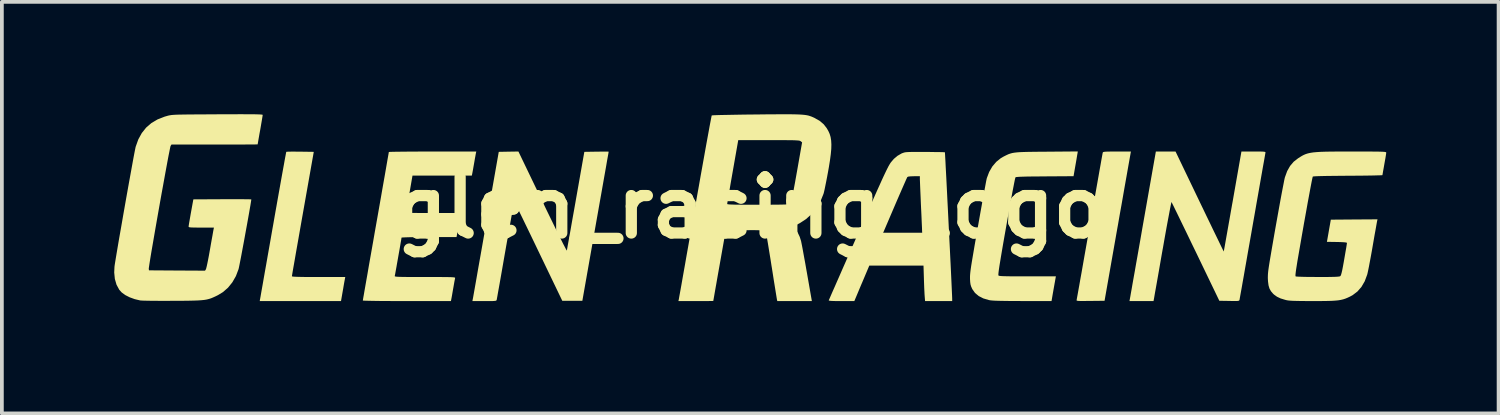
<source format=kicad_pcb>
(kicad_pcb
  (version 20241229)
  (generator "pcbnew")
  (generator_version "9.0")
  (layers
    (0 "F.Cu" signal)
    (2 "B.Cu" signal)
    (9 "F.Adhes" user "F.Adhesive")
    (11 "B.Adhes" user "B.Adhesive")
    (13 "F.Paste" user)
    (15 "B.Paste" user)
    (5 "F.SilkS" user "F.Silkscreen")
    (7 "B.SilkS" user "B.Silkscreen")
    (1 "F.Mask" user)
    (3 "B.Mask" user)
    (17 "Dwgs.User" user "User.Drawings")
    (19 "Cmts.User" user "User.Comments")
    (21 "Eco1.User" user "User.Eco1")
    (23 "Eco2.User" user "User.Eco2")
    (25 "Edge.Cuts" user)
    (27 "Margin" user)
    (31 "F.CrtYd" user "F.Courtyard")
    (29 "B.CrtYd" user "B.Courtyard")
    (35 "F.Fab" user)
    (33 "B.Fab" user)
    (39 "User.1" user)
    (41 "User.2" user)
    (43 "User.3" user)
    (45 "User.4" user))
  (footprint "glen_racing_logo"
    (layer "F.Cu")
    (at 16.987 2.494)
    (property "Reference" "glen_racing_logo" (at 0 0 0) (layer "F.SilkS") (effects (font (size 1.5 1.5) (thickness 0.3))))
    (attr board_only exclude_from_pos_files exclude_from_bom)
    (fp_poly (pts (xy 10.151 -1.434) (xy 10.147 -1.409) (xy 10.137 -1.354) (xy 10.122 -1.269) (xy 10.102 -1.157) (xy 10.078 -1.021) (xy 10.05 -0.862) (xy 10.018 -0.682) (xy 9.983 -0.485) (xy 9.946 -0.272) (xy 9.906 -0.044) (xy 9.863 0.194) (xy 9.82 0.443) (xy 9.799 0.558) (xy 9.459 2.488) (xy 9.082 2.492) (xy 8.959 2.493) (xy 8.867 2.494) (xy 8.8 2.493) (xy 8.755 2.491) (xy 8.728 2.487) (xy 8.715 2.482) (xy 8.712 2.474) (xy 8.713 2.467) (xy 8.717 2.446) (xy 8.726 2.395) (xy 8.741 2.314) (xy 8.76 2.207) (xy 8.784 2.074) (xy 8.811 1.919) (xy 8.843 1.743) (xy 8.877 1.549) (xy 8.914 1.338) (xy 8.954 1.112) (xy 8.996 0.875) (xy 9.039 0.627) (xy 9.062 0.499) (xy 9.106 0.247) (xy 9.149 0.005) (xy 9.189 -0.227) (xy 9.228 -0.445) (xy 9.264 -0.648) (xy 9.297 -0.834) (xy 9.326 -1) (xy 9.352 -1.144) (xy 9.373 -1.265) (xy 9.39 -1.359) (xy 9.402 -1.426) (xy 9.409 -1.462) (xy 9.411 -1.468) (xy 9.416 -1.478) (xy 9.428 -1.485) (xy 9.452 -1.49) (xy 9.491 -1.494) (xy 9.549 -1.496) (xy 9.632 -1.497) (xy 9.742 -1.498) (xy 9.791 -1.498) (xy 10.163 -1.498)) (stroke (width 0) (type solid)) (fill yes) (layer "F.SilkS"))
    (fp_poly (pts (xy -12.061 -1.494) (xy -12.021 -1.494) (xy -11.658 -1.489) (xy -11.95 0.161) (xy -11.991 0.393) (xy -12.03 0.615) (xy -12.067 0.826) (xy -12.102 1.024) (xy -12.134 1.205) (xy -12.162 1.367) (xy -12.187 1.51) (xy -12.208 1.629) (xy -12.224 1.722) (xy -12.235 1.789) (xy -12.241 1.825) (xy -12.242 1.832) (xy -12.236 1.837) (xy -12.214 1.842) (xy -12.174 1.845) (xy -12.114 1.848) (xy -12.032 1.85) (xy -11.924 1.852) (xy -11.788 1.853) (xy -11.623 1.853) (xy -11.53 1.853) (xy -10.817 1.853) (xy -10.826 1.899) (xy -10.832 1.932) (xy -10.843 1.99) (xy -10.857 2.069) (xy -10.872 2.16) (xy -10.883 2.221) (xy -10.931 2.496) (xy -12.016 2.496) (xy -13.101 2.496) (xy -13.095 2.458) (xy -13.091 2.437) (xy -13.081 2.384) (xy -13.067 2.302) (xy -13.048 2.194) (xy -13.024 2.06) (xy -12.997 1.904) (xy -12.966 1.727) (xy -12.931 1.532) (xy -12.894 1.32) (xy -12.854 1.094) (xy -12.812 0.856) (xy -12.769 0.608) (xy -12.744 0.47) (xy -12.7 0.217) (xy -12.657 -0.025) (xy -12.616 -0.257) (xy -12.577 -0.475) (xy -12.541 -0.677) (xy -12.508 -0.862) (xy -12.478 -1.027) (xy -12.452 -1.17) (xy -12.431 -1.289) (xy -12.413 -1.383) (xy -12.401 -1.448) (xy -12.394 -1.484) (xy -12.392 -1.489) (xy -12.373 -1.492) (xy -12.326 -1.494) (xy -12.255 -1.495) (xy -12.165 -1.495)) (stroke (width 0) (type solid)) (fill yes) (layer "F.SilkS"))
    (fp_poly (pts (xy -5.55 -0.161) (xy -5.452 0.044) (xy -5.358 0.237) (xy -5.27 0.417) (xy -5.19 0.582) (xy -5.117 0.73) (xy -5.053 0.858) (xy -4.999 0.966) (xy -4.955 1.05) (xy -4.924 1.109) (xy -4.905 1.142) (xy -4.9 1.147) (xy -4.896 1.126) (xy -4.887 1.074) (xy -4.873 0.994) (xy -4.854 0.889) (xy -4.831 0.76) (xy -4.804 0.612) (xy -4.775 0.445) (xy -4.743 0.264) (xy -4.708 0.07) (xy -4.672 -0.134) (xy -4.663 -0.186) (xy -4.433 -1.489) (xy -4.107 -1.494) (xy -4.007 -1.495) (xy -3.919 -1.496) (xy -3.849 -1.496) (xy -3.802 -1.495) (xy -3.783 -1.494) (xy -3.783 -1.494) (xy -3.786 -1.477) (xy -3.794 -1.429) (xy -3.808 -1.351) (xy -3.827 -1.247) (xy -3.849 -1.117) (xy -3.876 -0.964) (xy -3.907 -0.79) (xy -3.941 -0.597) (xy -3.978 -0.387) (xy -4.018 -0.163) (xy -4.06 0.075) (xy -4.104 0.323) (xy -4.135 0.499) (xy -4.486 2.488) (xy -4.754 2.488) (xy -5.022 2.488) (xy -5.659 1.164) (xy -5.754 0.966) (xy -5.845 0.777) (xy -5.931 0.599) (xy -6.011 0.434) (xy -6.083 0.285) (xy -6.147 0.154) (xy -6.202 0.042) (xy -6.246 -0.047) (xy -6.278 -0.112) (xy -6.298 -0.15) (xy -6.303 -0.16) (xy -6.308 -0.144) (xy -6.317 -0.097) (xy -6.332 -0.022) (xy -6.35 0.079) (xy -6.373 0.203) (xy -6.399 0.348) (xy -6.428 0.511) (xy -6.46 0.69) (xy -6.494 0.881) (xy -6.53 1.084) (xy -6.538 1.13) (xy -6.574 1.335) (xy -6.608 1.531) (xy -6.64 1.715) (xy -6.67 1.886) (xy -6.697 2.039) (xy -6.721 2.172) (xy -6.741 2.283) (xy -6.756 2.369) (xy -6.767 2.428) (xy -6.772 2.456) (xy -6.772 2.458) (xy -6.776 2.471) (xy -6.784 2.481) (xy -6.8 2.488) (xy -6.83 2.492) (xy -6.877 2.495) (xy -6.946 2.496) (xy -7.043 2.496) (xy -7.101 2.496) (xy -7.422 2.496) (xy -7.41 2.433) (xy -7.405 2.408) (xy -7.395 2.352) (xy -7.38 2.267) (xy -7.36 2.155) (xy -7.336 2.019) (xy -7.308 1.86) (xy -7.277 1.681) (xy -7.242 1.483) (xy -7.204 1.27) (xy -7.164 1.043) (xy -7.122 0.804) (xy -7.078 0.556) (xy -7.058 0.44) (xy -6.718 -1.489) (xy -6.455 -1.494) (xy -6.193 -1.498)) (stroke (width 0) (type solid)) (fill yes) (layer "F.SilkS"))
    (fp_poly (pts (xy 8.737 -1.452) (xy 8.731 -1.42) (xy 8.721 -1.361) (xy 8.708 -1.282) (xy 8.692 -1.19) (xy 8.68 -1.122) (xy 8.631 -0.839) (xy 7.866 -0.834) (xy 7.671 -0.832) (xy 7.509 -0.831) (xy 7.376 -0.829) (xy 7.27 -0.826) (xy 7.19 -0.823) (xy 7.133 -0.819) (xy 7.098 -0.815) (xy 7.081 -0.809) (xy 7.08 -0.809) (xy 7.074 -0.789) (xy 7.062 -0.739) (xy 7.046 -0.66) (xy 7.026 -0.556) (xy 7.001 -0.429) (xy 6.974 -0.282) (xy 6.943 -0.117) (xy 6.911 0.064) (xy 6.876 0.257) (xy 6.84 0.46) (xy 6.833 0.5) (xy 6.789 0.748) (xy 6.751 0.965) (xy 6.719 1.152) (xy 6.692 1.312) (xy 6.67 1.446) (xy 6.652 1.555) (xy 6.639 1.643) (xy 6.63 1.71) (xy 6.625 1.759) (xy 6.623 1.791) (xy 6.624 1.808) (xy 6.626 1.812) (xy 6.635 1.818) (xy 6.655 1.823) (xy 6.687 1.827) (xy 6.735 1.83) (xy 6.802 1.832) (xy 6.889 1.834) (xy 7.001 1.835) (xy 7.14 1.836) (xy 7.308 1.836) (xy 7.403 1.836) (xy 8.159 1.836) (xy 8.122 2.043) (xy 8.105 2.138) (xy 8.088 2.234) (xy 8.073 2.32) (xy 8.064 2.373) (xy 8.043 2.496) (xy 7.262 2.495) (xy 7.062 2.494) (xy 6.892 2.493) (xy 6.752 2.491) (xy 6.636 2.489) (xy 6.545 2.486) (xy 6.473 2.482) (xy 6.419 2.477) (xy 6.381 2.471) (xy 6.375 2.47) (xy 6.222 2.425) (xy 6.097 2.361) (xy 6 2.279) (xy 5.927 2.176) (xy 5.92 2.161) (xy 5.896 2.106) (xy 5.88 2.053) (xy 5.871 1.989) (xy 5.866 1.904) (xy 5.866 1.871) (xy 5.866 1.836) (xy 5.868 1.797) (xy 5.872 1.751) (xy 5.878 1.696) (xy 5.887 1.628) (xy 5.899 1.546) (xy 5.915 1.447) (xy 5.935 1.328) (xy 5.959 1.187) (xy 5.987 1.021) (xy 6.021 0.828) (xy 6.06 0.605) (xy 6.074 0.525) (xy 6.11 0.323) (xy 6.144 0.13) (xy 6.177 -0.053) (xy 6.207 -0.222) (xy 6.235 -0.374) (xy 6.26 -0.507) (xy 6.281 -0.618) (xy 6.297 -0.704) (xy 6.309 -0.762) (xy 6.315 -0.787) (xy 6.377 -0.951) (xy 6.461 -1.097) (xy 6.566 -1.221) (xy 6.687 -1.319) (xy 6.744 -1.353) (xy 6.8 -1.382) (xy 6.849 -1.406) (xy 6.895 -1.427) (xy 6.942 -1.443) (xy 6.992 -1.457) (xy 7.05 -1.467) (xy 7.118 -1.475) (xy 7.2 -1.481) (xy 7.3 -1.485) (xy 7.42 -1.488) (xy 7.565 -1.49) (xy 7.736 -1.492) (xy 7.917 -1.493) (xy 8.744 -1.5)) (stroke (width 0) (type solid)) (fill yes) (layer "F.SilkS"))
    (fp_poly (pts (xy 13.551 -1.497) (xy 13.634 -1.497) (xy 13.692 -1.495) (xy 13.728 -1.491) (xy 13.748 -1.486) (xy 13.756 -1.478) (xy 13.756 -1.468) (xy 13.756 -1.468) (xy 13.752 -1.448) (xy 13.743 -1.396) (xy 13.729 -1.316) (xy 13.71 -1.208) (xy 13.686 -1.076) (xy 13.659 -0.921) (xy 13.628 -0.745) (xy 13.594 -0.551) (xy 13.557 -0.34) (xy 13.517 -0.115) (xy 13.476 0.122) (xy 13.432 0.37) (xy 13.411 0.491) (xy 13.367 0.742) (xy 13.324 0.985) (xy 13.283 1.216) (xy 13.245 1.435) (xy 13.209 1.638) (xy 13.177 1.823) (xy 13.147 1.99) (xy 13.122 2.134) (xy 13.1 2.255) (xy 13.083 2.349) (xy 13.071 2.416) (xy 13.065 2.452) (xy 13.064 2.458) (xy 13.059 2.473) (xy 13.051 2.483) (xy 13.033 2.49) (xy 13.001 2.493) (xy 12.95 2.494) (xy 12.873 2.494) (xy 12.789 2.492) (xy 12.524 2.488) (xy 11.892 1.176) (xy 11.796 0.979) (xy 11.705 0.79) (xy 11.619 0.612) (xy 11.539 0.448) (xy 11.467 0.299) (xy 11.403 0.167) (xy 11.348 0.055) (xy 11.305 -0.034) (xy 11.272 -0.099) (xy 11.253 -0.138) (xy 11.247 -0.148) (xy 11.242 -0.134) (xy 11.232 -0.089) (xy 11.217 -0.015) (xy 11.198 0.084) (xy 11.175 0.206) (xy 11.148 0.349) (xy 11.118 0.511) (xy 11.086 0.688) (xy 11.052 0.879) (xy 11.017 1.08) (xy 11.009 1.121) (xy 10.973 1.326) (xy 10.939 1.522) (xy 10.907 1.706) (xy 10.877 1.876) (xy 10.85 2.029) (xy 10.826 2.163) (xy 10.806 2.274) (xy 10.791 2.361) (xy 10.781 2.419) (xy 10.776 2.448) (xy 10.775 2.449) (xy 10.767 2.496) (xy 10.445 2.496) (xy 10.124 2.496) (xy 10.133 2.449) (xy 10.137 2.427) (xy 10.147 2.373) (xy 10.161 2.291) (xy 10.181 2.181) (xy 10.204 2.047) (xy 10.232 1.889) (xy 10.264 1.712) (xy 10.298 1.516) (xy 10.336 1.303) (xy 10.376 1.076) (xy 10.418 0.838) (xy 10.461 0.589) (xy 10.485 0.453) (xy 10.829 -1.498) (xy 11.092 -1.497) (xy 11.355 -1.497) (xy 11.996 -0.161) (xy 12.092 0.038) (xy 12.183 0.228) (xy 12.27 0.407) (xy 12.349 0.572) (xy 12.422 0.722) (xy 12.486 0.854) (xy 12.54 0.966) (xy 12.584 1.056) (xy 12.616 1.121) (xy 12.636 1.161) (xy 12.642 1.172) (xy 12.645 1.155) (xy 12.654 1.107) (xy 12.668 1.031) (xy 12.686 0.929) (xy 12.708 0.804) (xy 12.734 0.658) (xy 12.763 0.494) (xy 12.795 0.314) (xy 12.829 0.12) (xy 12.865 -0.084) (xy 12.88 -0.165) (xy 13.114 -1.498) (xy 13.439 -1.498)) (stroke (width 0) (type solid)) (fill yes) (layer "F.SilkS"))
    (fp_poly (pts (xy 4.617 -1.487) (xy 4.668 -1.486) (xy 4.797 -1.486) (xy 4.915 -1.484) (xy 5.018 -1.483) (xy 5.101 -1.482) (xy 5.16 -1.48) (xy 5.191 -1.478) (xy 5.195 -1.478) (xy 5.197 -1.461) (xy 5.2 -1.412) (xy 5.204 -1.335) (xy 5.21 -1.232) (xy 5.216 -1.105) (xy 5.224 -0.958) (xy 5.233 -0.791) (xy 5.242 -0.61) (xy 5.252 -0.415) (xy 5.262 -0.209) (xy 5.273 0.005) (xy 5.284 0.224) (xy 5.295 0.446) (xy 5.306 0.669) (xy 5.317 0.89) (xy 5.328 1.105) (xy 5.338 1.314) (xy 5.348 1.512) (xy 5.357 1.698) (xy 5.365 1.869) (xy 5.372 2.022) (xy 5.378 2.155) (xy 5.383 2.265) (xy 5.387 2.35) (xy 5.389 2.407) (xy 5.39 2.433) (xy 5.39 2.496) (xy 5.028 2.496) (xy 4.666 2.496) (xy 4.656 2.373) (xy 4.652 2.318) (xy 4.648 2.236) (xy 4.643 2.136) (xy 4.639 2.024) (xy 4.635 1.909) (xy 4.635 1.899) (xy 4.624 1.548) (xy 3.9 1.548) (xy 3.177 1.548) (xy 3.05 1.849) (xy 3.004 1.958) (xy 2.956 2.07) (xy 2.911 2.177) (xy 2.873 2.268) (xy 2.85 2.323) (xy 2.777 2.496) (xy 2.432 2.496) (xy 2.311 2.496) (xy 2.22 2.494) (xy 2.157 2.491) (xy 2.117 2.487) (xy 2.097 2.481) (xy 2.094 2.475) (xy 2.102 2.457) (xy 2.123 2.41) (xy 2.155 2.336) (xy 2.198 2.237) (xy 2.252 2.116) (xy 2.314 1.974) (xy 2.385 1.813) (xy 2.462 1.636) (xy 2.547 1.444) (xy 2.636 1.24) (xy 2.731 1.025) (xy 2.784 0.905) (xy 3.447 0.905) (xy 4.021 0.905) (xy 4.594 0.905) (xy 4.594 0.825) (xy 4.593 0.791) (xy 4.591 0.727) (xy 4.587 0.638) (xy 4.583 0.526) (xy 4.577 0.397) (xy 4.571 0.254) (xy 4.564 0.102) (xy 4.56 0.025) (xy 4.553 -0.13) (xy 4.547 -0.278) (xy 4.541 -0.413) (xy 4.536 -0.532) (xy 4.532 -0.631) (xy 4.529 -0.707) (xy 4.527 -0.754) (xy 4.527 -0.766) (xy 4.527 -0.838) (xy 4.368 -0.838) (xy 4.277 -0.835) (xy 4.218 -0.828) (xy 4.192 -0.816) (xy 4.183 -0.797) (xy 4.161 -0.75) (xy 4.129 -0.677) (xy 4.087 -0.582) (xy 4.037 -0.468) (xy 3.98 -0.337) (xy 3.917 -0.192) (xy 3.85 -0.036) (xy 3.811 0.055) (xy 3.447 0.905) (xy 2.784 0.905) (xy 2.817 0.829) (xy 2.943 0.543) (xy 3.057 0.286) (xy 3.158 0.056) (xy 3.248 -0.147) (xy 3.328 -0.327) (xy 3.398 -0.484) (xy 3.46 -0.62) (xy 3.513 -0.738) (xy 3.559 -0.838) (xy 3.599 -0.922) (xy 3.633 -0.993) (xy 3.662 -1.051) (xy 3.687 -1.1) (xy 3.709 -1.139) (xy 3.729 -1.172) (xy 3.747 -1.199) (xy 3.749 -1.203) (xy 3.83 -1.299) (xy 3.928 -1.382) (xy 4.033 -1.443) (xy 4.05 -1.451) (xy 4.078 -1.461) (xy 4.105 -1.47) (xy 4.135 -1.477) (xy 4.173 -1.481) (xy 4.222 -1.484) (xy 4.286 -1.486) (xy 4.371 -1.487) (xy 4.48 -1.487)) (stroke (width 0) (type solid)) (fill yes) (layer "F.SilkS"))
    (fp_poly (pts (xy -7.327 -1.46) (xy -7.333 -1.43) (xy -7.343 -1.374) (xy -7.357 -1.298) (xy -7.372 -1.211) (xy -7.378 -1.176) (xy -7.394 -1.086) (xy -7.408 -1.005) (xy -7.42 -0.941) (xy -7.428 -0.9) (xy -7.429 -0.893) (xy -7.438 -0.855) (xy -8.23 -0.855) (xy -9.022 -0.855) (xy -9.103 -0.387) (xy -9.125 -0.264) (xy -9.145 -0.15) (xy -9.162 -0.052) (xy -9.177 0.028) (xy -9.187 0.084) (xy -9.193 0.112) (xy -9.193 0.113) (xy -9.194 0.12) (xy -9.19 0.126) (xy -9.178 0.131) (xy -9.155 0.135) (xy -9.119 0.138) (xy -9.067 0.141) (xy -8.995 0.142) (xy -8.9 0.143) (xy -8.781 0.144) (xy -8.633 0.144) (xy -8.471 0.144) (xy -7.742 0.144) (xy -7.742 0.179) (xy -7.745 0.206) (xy -7.752 0.259) (xy -7.764 0.332) (xy -7.778 0.417) (xy -7.794 0.507) (xy -7.809 0.596) (xy -7.824 0.676) (xy -7.837 0.74) (xy -7.846 0.787) (xy -8.581 0.787) (xy -8.769 0.787) (xy -8.932 0.788) (xy -9.068 0.79) (xy -9.175 0.793) (xy -9.254 0.796) (xy -9.301 0.799) (xy -9.316 0.803) (xy -9.318 0.825) (xy -9.326 0.874) (xy -9.339 0.947) (xy -9.354 1.037) (xy -9.372 1.141) (xy -9.392 1.252) (xy -9.412 1.366) (xy -9.432 1.478) (xy -9.45 1.582) (xy -9.467 1.674) (xy -9.48 1.748) (xy -9.49 1.8) (xy -9.495 1.823) (xy -9.496 1.83) (xy -9.491 1.836) (xy -9.478 1.84) (xy -9.454 1.844) (xy -9.417 1.847) (xy -9.363 1.849) (xy -9.29 1.851) (xy -9.195 1.852) (xy -9.075 1.853) (xy -8.928 1.853) (xy -8.751 1.853) (xy -8.689 1.853) (xy -8.502 1.853) (xy -8.346 1.853) (xy -8.218 1.854) (xy -8.116 1.855) (xy -8.037 1.856) (xy -7.977 1.858) (xy -7.935 1.861) (xy -7.907 1.864) (xy -7.891 1.869) (xy -7.884 1.874) (xy -7.883 1.88) (xy -7.884 1.883) (xy -7.889 1.909) (xy -7.9 1.962) (xy -7.913 2.036) (xy -7.928 2.122) (xy -7.936 2.166) (xy -7.952 2.258) (xy -7.966 2.34) (xy -7.978 2.406) (xy -7.986 2.448) (xy -7.988 2.458) (xy -7.996 2.496) (xy -9.172 2.496) (xy -9.376 2.496) (xy -9.567 2.495) (xy -9.742 2.494) (xy -9.901 2.493) (xy -10.039 2.491) (xy -10.155 2.489) (xy -10.246 2.487) (xy -10.31 2.485) (xy -10.343 2.483) (xy -10.348 2.481) (xy -10.345 2.463) (xy -10.337 2.413) (xy -10.323 2.335) (xy -10.305 2.229) (xy -10.282 2.098) (xy -10.255 1.944) (xy -10.224 1.77) (xy -10.191 1.576) (xy -10.154 1.366) (xy -10.114 1.141) (xy -10.072 0.903) (xy -10.029 0.655) (xy -10.001 0.498) (xy -9.956 0.244) (xy -9.913 -0.000128) (xy -9.872 -0.233) (xy -9.834 -0.452) (xy -9.798 -0.656) (xy -9.765 -0.843) (xy -9.736 -1.01) (xy -9.711 -1.155) (xy -9.69 -1.276) (xy -9.673 -1.372) (xy -9.661 -1.439) (xy -9.655 -1.477) (xy -9.654 -1.484) (xy -9.638 -1.487) (xy -9.59 -1.489) (xy -9.514 -1.491) (xy -9.412 -1.492) (xy -9.288 -1.494) (xy -9.143 -1.495) (xy -8.981 -1.496) (xy -8.804 -1.497) (xy -8.615 -1.498) (xy -8.486 -1.498) (xy -7.318 -1.498)) (stroke (width 0) (type solid)) (fill yes) (layer "F.SilkS"))
    (fp_poly (pts (xy 16.259 -1.498) (xy 16.428 -1.497) (xy 16.569 -1.497) (xy 16.683 -1.496) (xy 16.774 -1.495) (xy 16.845 -1.493) (xy 16.898 -1.491) (xy 16.935 -1.488) (xy 16.959 -1.484) (xy 16.973 -1.48) (xy 16.979 -1.474) (xy 16.981 -1.468) (xy 16.981 -1.468) (xy 16.978 -1.442) (xy 16.97 -1.389) (xy 16.958 -1.315) (xy 16.942 -1.227) (xy 16.93 -1.159) (xy 16.914 -1.066) (xy 16.899 -0.984) (xy 16.888 -0.92) (xy 16.881 -0.879) (xy 16.88 -0.868) (xy 16.863 -0.865) (xy 16.816 -0.863) (xy 16.741 -0.861) (xy 16.642 -0.858) (xy 16.521 -0.856) (xy 16.381 -0.854) (xy 16.226 -0.853) (xy 16.059 -0.851) (xy 15.958 -0.851) (xy 15.733 -0.849) (xy 15.538 -0.847) (xy 15.373 -0.845) (xy 15.238 -0.842) (xy 15.135 -0.839) (xy 15.064 -0.835) (xy 15.026 -0.831) (xy 15.02 -0.829) (xy 15.014 -0.81) (xy 15.003 -0.76) (xy 14.987 -0.682) (xy 14.967 -0.578) (xy 14.943 -0.451) (xy 14.916 -0.304) (xy 14.885 -0.139) (xy 14.853 0.042) (xy 14.818 0.236) (xy 14.781 0.44) (xy 14.77 0.505) (xy 14.727 0.749) (xy 14.69 0.963) (xy 14.658 1.147) (xy 14.631 1.304) (xy 14.608 1.436) (xy 14.591 1.545) (xy 14.577 1.633) (xy 14.567 1.702) (xy 14.561 1.754) (xy 14.557 1.792) (xy 14.557 1.817) (xy 14.559 1.831) (xy 14.562 1.837) (xy 14.585 1.841) (xy 14.637 1.844) (xy 14.715 1.847) (xy 14.815 1.85) (xy 14.932 1.851) (xy 15.063 1.852) (xy 15.155 1.853) (xy 15.317 1.853) (xy 15.448 1.852) (xy 15.551 1.85) (xy 15.629 1.848) (xy 15.686 1.844) (xy 15.724 1.84) (xy 15.747 1.834) (xy 15.753 1.83) (xy 15.765 1.816) (xy 15.776 1.788) (xy 15.789 1.742) (xy 15.805 1.674) (xy 15.823 1.582) (xy 15.845 1.461) (xy 15.858 1.386) (xy 15.878 1.27) (xy 15.896 1.165) (xy 15.912 1.075) (xy 15.923 1.005) (xy 15.93 0.959) (xy 15.932 0.944) (xy 15.922 0.935) (xy 15.891 0.929) (xy 15.834 0.924) (xy 15.749 0.92) (xy 15.665 0.918) (xy 15.397 0.914) (xy 15.449 0.618) (xy 15.501 0.322) (xy 16.124 0.317) (xy 16.748 0.313) (xy 16.739 0.351) (xy 16.734 0.376) (xy 16.724 0.43) (xy 16.71 0.51) (xy 16.692 0.612) (xy 16.67 0.731) (xy 16.647 0.864) (xy 16.622 1.008) (xy 16.618 1.032) (xy 16.592 1.181) (xy 16.566 1.324) (xy 16.541 1.456) (xy 16.519 1.574) (xy 16.499 1.672) (xy 16.483 1.746) (xy 16.472 1.791) (xy 16.471 1.793) (xy 16.406 1.968) (xy 16.319 2.117) (xy 16.212 2.24) (xy 16.083 2.338) (xy 16.011 2.377) (xy 15.949 2.406) (xy 15.891 2.43) (xy 15.833 2.449) (xy 15.77 2.464) (xy 15.699 2.476) (xy 15.615 2.484) (xy 15.515 2.49) (xy 15.394 2.493) (xy 15.25 2.495) (xy 15.076 2.495) (xy 15.006 2.495) (xy 14.843 2.495) (xy 14.71 2.494) (xy 14.602 2.492) (xy 14.516 2.49) (xy 14.449 2.487) (xy 14.395 2.483) (xy 14.351 2.478) (xy 14.314 2.471) (xy 14.28 2.462) (xy 14.159 2.425) (xy 14.064 2.38) (xy 13.986 2.324) (xy 13.959 2.299) (xy 13.903 2.233) (xy 13.863 2.162) (xy 13.838 2.078) (xy 13.824 1.973) (xy 13.82 1.904) (xy 13.819 1.868) (xy 13.82 1.833) (xy 13.821 1.795) (xy 13.824 1.751) (xy 13.829 1.7) (xy 13.837 1.639) (xy 13.848 1.564) (xy 13.862 1.474) (xy 13.88 1.366) (xy 13.902 1.236) (xy 13.928 1.084) (xy 13.959 0.905) (xy 13.995 0.697) (xy 14.027 0.516) (xy 14.063 0.315) (xy 14.098 0.121) (xy 14.131 -0.063) (xy 14.162 -0.234) (xy 14.191 -0.389) (xy 14.217 -0.524) (xy 14.239 -0.637) (xy 14.256 -0.726) (xy 14.269 -0.786) (xy 14.276 -0.812) (xy 14.336 -0.976) (xy 14.413 -1.112) (xy 14.509 -1.225) (xy 14.624 -1.315) (xy 14.68 -1.351) (xy 14.731 -1.382) (xy 14.781 -1.408) (xy 14.833 -1.43) (xy 14.89 -1.448) (xy 14.955 -1.462) (xy 15.03 -1.474) (xy 15.119 -1.482) (xy 15.225 -1.489) (xy 15.35 -1.493) (xy 15.498 -1.496) (xy 15.672 -1.497) (xy 15.874 -1.498) (xy 16.058 -1.498)) (stroke (width 0) (type solid)) (fill yes) (layer "F.SilkS"))
    (fp_poly (pts (xy -13.458 -2.493) (xy -13.335 -2.493) (xy -13.235 -2.492) (xy -13.158 -2.49) (xy -13.1 -2.488) (xy -13.059 -2.485) (xy -13.034 -2.482) (xy -13.023 -2.478) (xy -13.022 -2.475) (xy -13.025 -2.453) (xy -13.033 -2.403) (xy -13.045 -2.329) (xy -13.061 -2.237) (xy -13.079 -2.131) (xy -13.089 -2.074) (xy -13.109 -1.965) (xy -13.126 -1.867) (xy -13.14 -1.787) (xy -13.15 -1.727) (xy -13.156 -1.694) (xy -13.157 -1.689) (xy -13.173 -1.688) (xy -13.221 -1.687) (xy -13.297 -1.686) (xy -13.398 -1.686) (xy -13.523 -1.685) (xy -13.667 -1.685) (xy -13.829 -1.684) (xy -14.005 -1.684) (xy -14.194 -1.684) (xy -14.307 -1.684) (xy -15.458 -1.684) (xy -15.482 -1.646) (xy -15.488 -1.624) (xy -15.499 -1.572) (xy -15.515 -1.492) (xy -15.536 -1.387) (xy -15.56 -1.26) (xy -15.587 -1.114) (xy -15.617 -0.951) (xy -15.649 -0.775) (xy -15.683 -0.587) (xy -15.719 -0.391) (xy -15.755 -0.19) (xy -15.791 0.014) (xy -15.827 0.217) (xy -15.862 0.417) (xy -15.896 0.612) (xy -15.928 0.798) (xy -15.958 0.972) (xy -15.986 1.133) (xy -16.01 1.276) (xy -16.03 1.399) (xy -16.046 1.5) (xy -16.057 1.575) (xy -16.064 1.622) (xy -16.064 1.637) (xy -16.059 1.675) (xy -15.311 1.68) (xy -14.562 1.684) (xy -14.538 1.646) (xy -14.53 1.62) (xy -14.516 1.565) (xy -14.499 1.486) (xy -14.479 1.387) (xy -14.457 1.272) (xy -14.435 1.147) (xy -14.428 1.108) (xy -14.406 0.981) (xy -14.385 0.863) (xy -14.366 0.759) (xy -14.351 0.673) (xy -14.34 0.611) (xy -14.333 0.576) (xy -14.332 0.571) (xy -14.324 0.533) (xy -14.663 0.533) (xy -14.778 0.533) (xy -14.864 0.532) (xy -14.925 0.53) (xy -14.964 0.527) (xy -14.987 0.522) (xy -14.998 0.514) (xy -15.001 0.505) (xy -15.001 0.503) (xy -14.997 0.478) (xy -14.989 0.426) (xy -14.976 0.35) (xy -14.96 0.258) (xy -14.942 0.154) (xy -14.937 0.127) (xy -14.874 -0.22) (xy -14.1 -0.224) (xy -13.942 -0.225) (xy -13.795 -0.225) (xy -13.662 -0.225) (xy -13.546 -0.224) (xy -13.451 -0.223) (xy -13.381 -0.222) (xy -13.338 -0.22) (xy -13.326 -0.218) (xy -13.329 -0.193) (xy -13.338 -0.137) (xy -13.351 -0.056) (xy -13.369 0.046) (xy -13.39 0.167) (xy -13.414 0.302) (xy -13.44 0.447) (xy -13.468 0.599) (xy -13.496 0.754) (xy -13.524 0.908) (xy -13.552 1.057) (xy -13.578 1.197) (xy -13.602 1.325) (xy -13.624 1.436) (xy -13.642 1.528) (xy -13.656 1.596) (xy -13.665 1.636) (xy -13.666 1.641) (xy -13.737 1.828) (xy -13.832 1.994) (xy -13.948 2.138) (xy -14.083 2.256) (xy -14.224 2.341) (xy -14.289 2.373) (xy -14.347 2.399) (xy -14.402 2.422) (xy -14.457 2.439) (xy -14.516 2.454) (xy -14.582 2.465) (xy -14.659 2.473) (xy -14.751 2.479) (xy -14.861 2.483) (xy -14.993 2.486) (xy -15.15 2.488) (xy -15.335 2.489) (xy -15.424 2.489) (xy -15.588 2.49) (xy -15.743 2.49) (xy -15.886 2.489) (xy -16.014 2.488) (xy -16.123 2.486) (xy -16.209 2.484) (xy -16.268 2.481) (xy -16.293 2.479) (xy -16.44 2.444) (xy -16.575 2.395) (xy -16.693 2.335) (xy -16.788 2.265) (xy -16.851 2.196) (xy -16.925 2.06) (xy -16.97 1.905) (xy -16.987 1.733) (xy -16.98 1.58) (xy -16.975 1.539) (xy -16.964 1.469) (xy -16.948 1.372) (xy -16.928 1.251) (xy -16.904 1.109) (xy -16.877 0.949) (xy -16.847 0.775) (xy -16.814 0.588) (xy -16.78 0.393) (xy -16.745 0.191) (xy -16.709 -0.013) (xy -16.673 -0.218) (xy -16.637 -0.42) (xy -16.602 -0.616) (xy -16.568 -0.803) (xy -16.536 -0.979) (xy -16.507 -1.14) (xy -16.481 -1.283) (xy -16.458 -1.406) (xy -16.439 -1.505) (xy -16.424 -1.578) (xy -16.415 -1.621) (xy -16.413 -1.628) (xy -16.343 -1.823) (xy -16.25 -1.992) (xy -16.134 -2.137) (xy -15.994 -2.258) (xy -15.83 -2.355) (xy -15.641 -2.429) (xy -15.575 -2.448) (xy -15.547 -2.456) (xy -15.52 -2.462) (xy -15.491 -2.467) (xy -15.458 -2.472) (xy -15.417 -2.476) (xy -15.367 -2.479) (xy -15.305 -2.482) (xy -15.228 -2.484) (xy -15.134 -2.485) (xy -15.02 -2.487) (xy -14.883 -2.488) (xy -14.721 -2.489) (xy -14.531 -2.49) (xy -14.311 -2.491) (xy -14.227 -2.492) (xy -13.989 -2.493) (xy -13.783 -2.493) (xy -13.607 -2.494)) (stroke (width 0) (type solid)) (fill yes) (layer "F.SilkS"))
    (fp_poly (pts (xy 1.092 -2.492) (xy 1.205 -2.49) (xy 1.3 -2.487) (xy 1.38 -2.482) (xy 1.446 -2.476) (xy 1.502 -2.468) (xy 1.55 -2.458) (xy 1.592 -2.445) (xy 1.632 -2.431) (xy 1.672 -2.414) (xy 1.714 -2.395) (xy 1.715 -2.394) (xy 1.851 -2.317) (xy 1.96 -2.224) (xy 2.039 -2.122) (xy 2.083 -2.046) (xy 2.118 -1.968) (xy 2.143 -1.885) (xy 2.158 -1.792) (xy 2.164 -1.687) (xy 2.161 -1.566) (xy 2.148 -1.425) (xy 2.126 -1.26) (xy 2.095 -1.068) (xy 2.075 -0.956) (xy 2.051 -0.826) (xy 2.027 -0.702) (xy 2.004 -0.589) (xy 1.984 -0.491) (xy 1.967 -0.416) (xy 1.954 -0.368) (xy 1.953 -0.366) (xy 1.874 -0.17) (xy 1.768 0.01) (xy 1.638 0.17) (xy 1.488 0.306) (xy 1.319 0.416) (xy 1.282 0.435) (xy 1.143 0.504) (xy 1.194 0.562) (xy 1.262 0.66) (xy 1.319 0.781) (xy 1.354 0.891) (xy 1.362 0.93) (xy 1.376 0.999) (xy 1.394 1.092) (xy 1.415 1.208) (xy 1.439 1.34) (xy 1.466 1.486) (xy 1.493 1.641) (xy 1.512 1.747) (xy 1.643 2.496) (xy 1.182 2.496) (xy 0.72 2.496) (xy 0.711 2.458) (xy 0.707 2.434) (xy 0.698 2.38) (xy 0.685 2.3) (xy 0.668 2.195) (xy 0.648 2.071) (xy 0.625 1.93) (xy 0.601 1.775) (xy 0.575 1.61) (xy 0.567 1.563) (xy 0.541 1.396) (xy 0.515 1.237) (xy 0.491 1.091) (xy 0.47 0.961) (xy 0.451 0.851) (xy 0.436 0.762) (xy 0.424 0.7) (xy 0.417 0.667) (xy 0.416 0.663) (xy 0.407 0.646) (xy 0.392 0.632) (xy 0.369 0.621) (xy 0.333 0.613) (xy 0.282 0.607) (xy 0.212 0.604) (xy 0.119 0.602) (xy -0.000332 0.602) (xy -0.149 0.604) (xy -0.202 0.604) (xy -0.657 0.609) (xy -0.823 1.548) (xy -0.854 1.722) (xy -0.883 1.885) (xy -0.909 2.035) (xy -0.933 2.169) (xy -0.953 2.284) (xy -0.969 2.376) (xy -0.981 2.444) (xy -0.988 2.483) (xy -0.989 2.492) (xy -1.006 2.493) (xy -1.052 2.494) (xy -1.123 2.495) (xy -1.215 2.495) (xy -1.323 2.496) (xy -1.444 2.496) (xy -1.456 2.496) (xy -1.921 2.496) (xy -1.912 2.458) (xy -1.908 2.437) (xy -1.899 2.385) (xy -1.884 2.303) (xy -1.864 2.193) (xy -1.84 2.058) (xy -1.812 1.899) (xy -1.78 1.718) (xy -1.744 1.516) (xy -1.706 1.297) (xy -1.664 1.061) (xy -1.62 0.81) (xy -1.573 0.547) (xy -1.525 0.273) (xy -1.475 -0.009) (xy -1.475 -0.013) (xy -1.46 -0.097) (xy -0.618 -0.097) (xy -0.611 -0.092) (xy -0.589 -0.088) (xy -0.55 -0.084) (xy -0.491 -0.082) (xy -0.409 -0.079) (xy -0.303 -0.078) (xy -0.17 -0.077) (xy -0.008 -0.076) (xy 0.167 -0.076) (xy 0.329 -0.076) (xy 0.482 -0.077) (xy 0.622 -0.078) (xy 0.746 -0.079) (xy 0.85 -0.081) (xy 0.931 -0.083) (xy 0.984 -0.085) (xy 1.006 -0.087) (xy 1.051 -0.105) (xy 1.083 -0.133) (xy 1.091 -0.157) (xy 1.103 -0.21) (xy 1.12 -0.29) (xy 1.141 -0.393) (xy 1.164 -0.516) (xy 1.19 -0.654) (xy 1.217 -0.806) (xy 1.244 -0.956) (xy 1.382 -1.742) (xy 1.345 -1.772) (xy 1.334 -1.779) (xy 1.32 -1.785) (xy 1.298 -1.79) (xy 1.265 -1.793) (xy 1.22 -1.796) (xy 1.159 -1.799) (xy 1.079 -1.8) (xy 0.977 -1.801) (xy 0.85 -1.802) (xy 0.695 -1.802) (xy 0.51 -1.802) (xy 0.492 -1.802) (xy -0.323 -1.802) (xy -0.471 -0.96) (xy -0.5 -0.795) (xy -0.527 -0.641) (xy -0.551 -0.499) (xy -0.573 -0.373) (xy -0.591 -0.267) (xy -0.605 -0.184) (xy -0.614 -0.127) (xy -0.618 -0.099) (xy -0.618 -0.097) (xy -1.46 -0.097) (xy -1.425 -0.296) (xy -1.376 -0.569) (xy -1.33 -0.831) (xy -1.285 -1.08) (xy -1.243 -1.315) (xy -1.204 -1.534) (xy -1.168 -1.733) (xy -1.135 -1.913) (xy -1.106 -2.071) (xy -1.082 -2.204) (xy -1.061 -2.312) (xy -1.046 -2.392) (xy -1.036 -2.442) (xy -1.031 -2.461) (xy -1.031 -2.461) (xy -1.012 -2.464) (xy -0.962 -2.467) (xy -0.883 -2.47) (xy -0.779 -2.473) (xy -0.652 -2.475) (xy -0.505 -2.478) (xy -0.341 -2.481) (xy -0.163 -2.484) (xy 0.028 -2.486) (xy 0.161 -2.487) (xy 0.404 -2.49) (xy 0.617 -2.491) (xy 0.8 -2.493) (xy 0.958 -2.493)) (stroke (width 0) (type solid)) (fill yes) (layer "F.SilkS")))
  (gr_rect
    (start -3 -3)
    (end 36.968 7.99)
    (stroke (width 0.1) (type default))
    (fill no)
    (layer "Edge.Cuts")))
</source>
